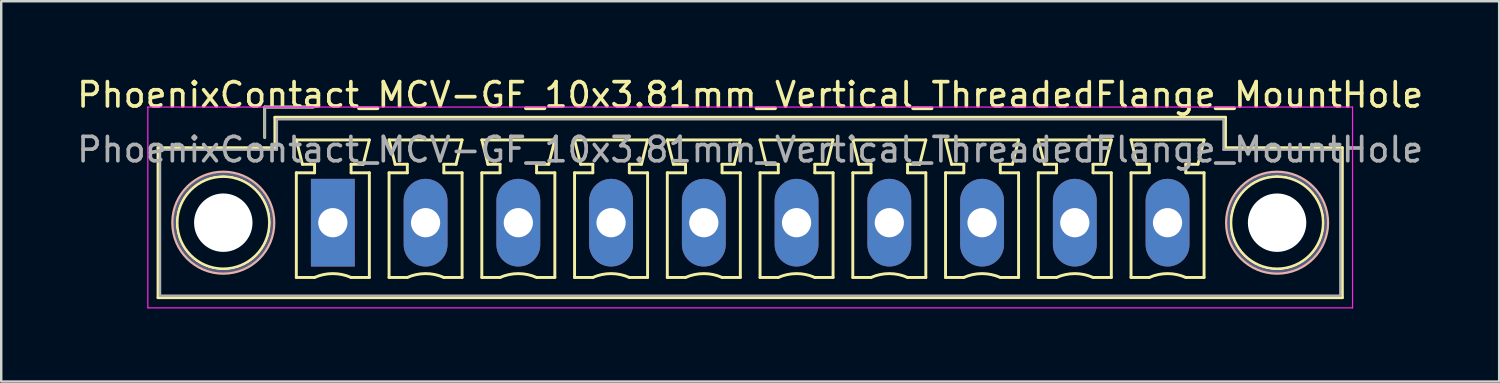
<source format=kicad_pcb>
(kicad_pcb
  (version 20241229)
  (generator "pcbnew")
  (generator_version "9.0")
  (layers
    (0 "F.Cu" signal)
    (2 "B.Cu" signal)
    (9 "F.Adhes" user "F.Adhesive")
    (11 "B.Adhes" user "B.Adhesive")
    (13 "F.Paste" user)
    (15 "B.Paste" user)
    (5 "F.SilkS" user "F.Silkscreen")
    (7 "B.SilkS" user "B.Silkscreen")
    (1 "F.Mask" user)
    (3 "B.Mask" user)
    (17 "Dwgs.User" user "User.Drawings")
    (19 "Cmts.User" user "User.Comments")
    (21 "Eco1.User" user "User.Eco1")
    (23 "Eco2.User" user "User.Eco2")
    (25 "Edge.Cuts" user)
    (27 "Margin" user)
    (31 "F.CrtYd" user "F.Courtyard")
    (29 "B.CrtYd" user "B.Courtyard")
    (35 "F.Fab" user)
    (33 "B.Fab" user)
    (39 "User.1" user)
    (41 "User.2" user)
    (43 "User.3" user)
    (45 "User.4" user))
  (footprint "PhoenixContact_MCV-GF_10x3.81mm_Vertical_ThreadedFlange_MountHole"
    (layer "F.Cu")
    (at 10.623 6.098)
    (property "Reference" "PhoenixContact_MCV-GF_10x3.81mm_Vertical_ThreadedFlange_MountHole" (at 17.145 -5.25 0) (layer "F.SilkS") (effects (font (size 1 1) (thickness 0.15))))
    (attr through_hole)
    (fp_line (start -7.18 -3.08) (end -7.18 3.08) (stroke (width 0.12) (type solid)) (layer "F.SilkS"))
    (fp_line (start -7.18 3.08) (end 41.47 3.08) (stroke (width 0.12) (type solid)) (layer "F.SilkS"))
    (fp_line (start -2.8 -4.75) (end -0.8 -4.75) (stroke (width 0.12) (type solid)) (layer "F.SilkS"))
    (fp_line (start -2.8 -3.5) (end -2.8 -4.75) (stroke (width 0.12) (type solid)) (layer "F.SilkS"))
    (fp_line (start -2.38 -4.33) (end -2.38 -3.08) (stroke (width 0.12) (type solid)) (layer "F.SilkS"))
    (fp_line (start -2.38 -3.08) (end -7.18 -3.08) (stroke (width 0.12) (type solid)) (layer "F.SilkS"))
    (fp_line (start -1.5 -3.4) (end 1.5 -3.4) (stroke (width 0.12) (type solid)) (layer "F.SilkS"))
    (fp_line (start -1.5 -2.05) (end -0.75 -2.05) (stroke (width 0.12) (type solid)) (layer "F.SilkS"))
    (fp_line (start -1.5 2.25) (end -1.5 -2.05) (stroke (width 0.12) (type solid)) (layer "F.SilkS"))
    (fp_line (start -1.25 -2.4) (end -1.5 -3.4) (stroke (width 0.12) (type solid)) (layer "F.SilkS"))
    (fp_line (start -0.75 -2.4) (end -1.25 -2.4) (stroke (width 0.12) (type solid)) (layer "F.SilkS"))
    (fp_line (start -0.75 -2.05) (end -0.75 -2.4) (stroke (width 0.12) (type solid)) (layer "F.SilkS"))
    (fp_line (start -0.75 2.25) (end -1.5 2.25) (stroke (width 0.12) (type solid)) (layer "F.SilkS"))
    (fp_line (start 0.75 -2.4) (end 0.75 -2.05) (stroke (width 0.12) (type solid)) (layer "F.SilkS"))
    (fp_line (start 0.75 -2.05) (end 1.5 -2.05) (stroke (width 0.12) (type solid)) (layer "F.SilkS"))
    (fp_line (start 1.25 -2.4) (end 0.75 -2.4) (stroke (width 0.12) (type solid)) (layer "F.SilkS"))
    (fp_line (start 1.5 -3.4) (end 1.25 -2.4) (stroke (width 0.12) (type solid)) (layer "F.SilkS"))
    (fp_line (start 1.5 -2.05) (end 1.5 2.25) (stroke (width 0.12) (type solid)) (layer "F.SilkS"))
    (fp_line (start 1.5 2.25) (end 0.75 2.25) (stroke (width 0.12) (type solid)) (layer "F.SilkS"))
    (fp_line (start 2.31 -3.4) (end 5.31 -3.4) (stroke (width 0.12) (type solid)) (layer "F.SilkS"))
    (fp_line (start 2.31 -2.05) (end 3.06 -2.05) (stroke (width 0.12) (type solid)) (layer "F.SilkS"))
    (fp_line (start 2.31 2.25) (end 2.31 -2.05) (stroke (width 0.12) (type solid)) (layer "F.SilkS"))
    (fp_line (start 2.56 -2.4) (end 2.31 -3.4) (stroke (width 0.12) (type solid)) (layer "F.SilkS"))
    (fp_line (start 3.06 -2.4) (end 2.56 -2.4) (stroke (width 0.12) (type solid)) (layer "F.SilkS"))
    (fp_line (start 3.06 -2.05) (end 3.06 -2.4) (stroke (width 0.12) (type solid)) (layer "F.SilkS"))
    (fp_line (start 3.06 2.25) (end 2.31 2.25) (stroke (width 0.12) (type solid)) (layer "F.SilkS"))
    (fp_line (start 4.56 -2.4) (end 4.56 -2.05) (stroke (width 0.12) (type solid)) (layer "F.SilkS"))
    (fp_line (start 4.56 -2.05) (end 5.31 -2.05) (stroke (width 0.12) (type solid)) (layer "F.SilkS"))
    (fp_line (start 5.06 -2.4) (end 4.56 -2.4) (stroke (width 0.12) (type solid)) (layer "F.SilkS"))
    (fp_line (start 5.31 -3.4) (end 5.06 -2.4) (stroke (width 0.12) (type solid)) (layer "F.SilkS"))
    (fp_line (start 5.31 -2.05) (end 5.31 2.25) (stroke (width 0.12) (type solid)) (layer "F.SilkS"))
    (fp_line (start 5.31 2.25) (end 4.56 2.25) (stroke (width 0.12) (type solid)) (layer "F.SilkS"))
    (fp_line (start 6.12 -3.4) (end 9.12 -3.4) (stroke (width 0.12) (type solid)) (layer "F.SilkS"))
    (fp_line (start 6.12 -2.05) (end 6.87 -2.05) (stroke (width 0.12) (type solid)) (layer "F.SilkS"))
    (fp_line (start 6.12 2.25) (end 6.12 -2.05) (stroke (width 0.12) (type solid)) (layer "F.SilkS"))
    (fp_line (start 6.37 -2.4) (end 6.12 -3.4) (stroke (width 0.12) (type solid)) (layer "F.SilkS"))
    (fp_line (start 6.87 -2.4) (end 6.37 -2.4) (stroke (width 0.12) (type solid)) (layer "F.SilkS"))
    (fp_line (start 6.87 -2.05) (end 6.87 -2.4) (stroke (width 0.12) (type solid)) (layer "F.SilkS"))
    (fp_line (start 6.87 2.25) (end 6.12 2.25) (stroke (width 0.12) (type solid)) (layer "F.SilkS"))
    (fp_line (start 8.37 -2.4) (end 8.37 -2.05) (stroke (width 0.12) (type solid)) (layer "F.SilkS"))
    (fp_line (start 8.37 -2.05) (end 9.12 -2.05) (stroke (width 0.12) (type solid)) (layer "F.SilkS"))
    (fp_line (start 8.87 -2.4) (end 8.37 -2.4) (stroke (width 0.12) (type solid)) (layer "F.SilkS"))
    (fp_line (start 9.12 -3.4) (end 8.87 -2.4) (stroke (width 0.12) (type solid)) (layer "F.SilkS"))
    (fp_line (start 9.12 -2.05) (end 9.12 2.25) (stroke (width 0.12) (type solid)) (layer "F.SilkS"))
    (fp_line (start 9.12 2.25) (end 8.37 2.25) (stroke (width 0.12) (type solid)) (layer "F.SilkS"))
    (fp_line (start 9.93 -3.4) (end 12.93 -3.4) (stroke (width 0.12) (type solid)) (layer "F.SilkS"))
    (fp_line (start 9.93 -2.05) (end 10.68 -2.05) (stroke (width 0.12) (type solid)) (layer "F.SilkS"))
    (fp_line (start 9.93 2.25) (end 9.93 -2.05) (stroke (width 0.12) (type solid)) (layer "F.SilkS"))
    (fp_line (start 10.18 -2.4) (end 9.93 -3.4) (stroke (width 0.12) (type solid)) (layer "F.SilkS"))
    (fp_line (start 10.68 -2.4) (end 10.18 -2.4) (stroke (width 0.12) (type solid)) (layer "F.SilkS"))
    (fp_line (start 10.68 -2.05) (end 10.68 -2.4) (stroke (width 0.12) (type solid)) (layer "F.SilkS"))
    (fp_line (start 10.68 2.25) (end 9.93 2.25) (stroke (width 0.12) (type solid)) (layer "F.SilkS"))
    (fp_line (start 12.18 -2.4) (end 12.18 -2.05) (stroke (width 0.12) (type solid)) (layer "F.SilkS"))
    (fp_line (start 12.18 -2.05) (end 12.93 -2.05) (stroke (width 0.12) (type solid)) (layer "F.SilkS"))
    (fp_line (start 12.68 -2.4) (end 12.18 -2.4) (stroke (width 0.12) (type solid)) (layer "F.SilkS"))
    (fp_line (start 12.93 -3.4) (end 12.68 -2.4) (stroke (width 0.12) (type solid)) (layer "F.SilkS"))
    (fp_line (start 12.93 -2.05) (end 12.93 2.25) (stroke (width 0.12) (type solid)) (layer "F.SilkS"))
    (fp_line (start 12.93 2.25) (end 12.18 2.25) (stroke (width 0.12) (type solid)) (layer "F.SilkS"))
    (fp_line (start 13.74 -3.4) (end 16.74 -3.4) (stroke (width 0.12) (type solid)) (layer "F.SilkS"))
    (fp_line (start 13.74 -2.05) (end 14.49 -2.05) (stroke (width 0.12) (type solid)) (layer "F.SilkS"))
    (fp_line (start 13.74 2.25) (end 13.74 -2.05) (stroke (width 0.12) (type solid)) (layer "F.SilkS"))
    (fp_line (start 13.99 -2.4) (end 13.74 -3.4) (stroke (width 0.12) (type solid)) (layer "F.SilkS"))
    (fp_line (start 14.49 -2.4) (end 13.99 -2.4) (stroke (width 0.12) (type solid)) (layer "F.SilkS"))
    (fp_line (start 14.49 -2.05) (end 14.49 -2.4) (stroke (width 0.12) (type solid)) (layer "F.SilkS"))
    (fp_line (start 14.49 2.25) (end 13.74 2.25) (stroke (width 0.12) (type solid)) (layer "F.SilkS"))
    (fp_line (start 15.99 -2.4) (end 15.99 -2.05) (stroke (width 0.12) (type solid)) (layer "F.SilkS"))
    (fp_line (start 15.99 -2.05) (end 16.74 -2.05) (stroke (width 0.12) (type solid)) (layer "F.SilkS"))
    (fp_line (start 16.49 -2.4) (end 15.99 -2.4) (stroke (width 0.12) (type solid)) (layer "F.SilkS"))
    (fp_line (start 16.74 -3.4) (end 16.49 -2.4) (stroke (width 0.12) (type solid)) (layer "F.SilkS"))
    (fp_line (start 16.74 -2.05) (end 16.74 2.25) (stroke (width 0.12) (type solid)) (layer "F.SilkS"))
    (fp_line (start 16.74 2.25) (end 15.99 2.25) (stroke (width 0.12) (type solid)) (layer "F.SilkS"))
    (fp_line (start 17.55 -3.4) (end 20.55 -3.4) (stroke (width 0.12) (type solid)) (layer "F.SilkS"))
    (fp_line (start 17.55 -2.05) (end 18.3 -2.05) (stroke (width 0.12) (type solid)) (layer "F.SilkS"))
    (fp_line (start 17.55 2.25) (end 17.55 -2.05) (stroke (width 0.12) (type solid)) (layer "F.SilkS"))
    (fp_line (start 17.8 -2.4) (end 17.55 -3.4) (stroke (width 0.12) (type solid)) (layer "F.SilkS"))
    (fp_line (start 18.3 -2.4) (end 17.8 -2.4) (stroke (width 0.12) (type solid)) (layer "F.SilkS"))
    (fp_line (start 18.3 -2.05) (end 18.3 -2.4) (stroke (width 0.12) (type solid)) (layer "F.SilkS"))
    (fp_line (start 18.3 2.25) (end 17.55 2.25) (stroke (width 0.12) (type solid)) (layer "F.SilkS"))
    (fp_line (start 19.8 -2.4) (end 19.8 -2.05) (stroke (width 0.12) (type solid)) (layer "F.SilkS"))
    (fp_line (start 19.8 -2.05) (end 20.55 -2.05) (stroke (width 0.12) (type solid)) (layer "F.SilkS"))
    (fp_line (start 20.3 -2.4) (end 19.8 -2.4) (stroke (width 0.12) (type solid)) (layer "F.SilkS"))
    (fp_line (start 20.55 -3.4) (end 20.3 -2.4) (stroke (width 0.12) (type solid)) (layer "F.SilkS"))
    (fp_line (start 20.55 -2.05) (end 20.55 2.25) (stroke (width 0.12) (type solid)) (layer "F.SilkS"))
    (fp_line (start 20.55 2.25) (end 19.8 2.25) (stroke (width 0.12) (type solid)) (layer "F.SilkS"))
    (fp_line (start 21.36 -3.4) (end 24.36 -3.4) (stroke (width 0.12) (type solid)) (layer "F.SilkS"))
    (fp_line (start 21.36 -2.05) (end 22.11 -2.05) (stroke (width 0.12) (type solid)) (layer "F.SilkS"))
    (fp_line (start 21.36 2.25) (end 21.36 -2.05) (stroke (width 0.12) (type solid)) (layer "F.SilkS"))
    (fp_line (start 21.61 -2.4) (end 21.36 -3.4) (stroke (width 0.12) (type solid)) (layer "F.SilkS"))
    (fp_line (start 22.11 -2.4) (end 21.61 -2.4) (stroke (width 0.12) (type solid)) (layer "F.SilkS"))
    (fp_line (start 22.11 -2.05) (end 22.11 -2.4) (stroke (width 0.12) (type solid)) (layer "F.SilkS"))
    (fp_line (start 22.11 2.25) (end 21.36 2.25) (stroke (width 0.12) (type solid)) (layer "F.SilkS"))
    (fp_line (start 23.61 -2.4) (end 23.61 -2.05) (stroke (width 0.12) (type solid)) (layer "F.SilkS"))
    (fp_line (start 23.61 -2.05) (end 24.36 -2.05) (stroke (width 0.12) (type solid)) (layer "F.SilkS"))
    (fp_line (start 24.11 -2.4) (end 23.61 -2.4) (stroke (width 0.12) (type solid)) (layer "F.SilkS"))
    (fp_line (start 24.36 -3.4) (end 24.11 -2.4) (stroke (width 0.12) (type solid)) (layer "F.SilkS"))
    (fp_line (start 24.36 -2.05) (end 24.36 2.25) (stroke (width 0.12) (type solid)) (layer "F.SilkS"))
    (fp_line (start 24.36 2.25) (end 23.61 2.25) (stroke (width 0.12) (type solid)) (layer "F.SilkS"))
    (fp_line (start 25.17 -3.4) (end 28.17 -3.4) (stroke (width 0.12) (type solid)) (layer "F.SilkS"))
    (fp_line (start 25.17 -2.05) (end 25.92 -2.05) (stroke (width 0.12) (type solid)) (layer "F.SilkS"))
    (fp_line (start 25.17 2.25) (end 25.17 -2.05) (stroke (width 0.12) (type solid)) (layer "F.SilkS"))
    (fp_line (start 25.42 -2.4) (end 25.17 -3.4) (stroke (width 0.12) (type solid)) (layer "F.SilkS"))
    (fp_line (start 25.92 -2.4) (end 25.42 -2.4) (stroke (width 0.12) (type solid)) (layer "F.SilkS"))
    (fp_line (start 25.92 -2.05) (end 25.92 -2.4) (stroke (width 0.12) (type solid)) (layer "F.SilkS"))
    (fp_line (start 25.92 2.25) (end 25.17 2.25) (stroke (width 0.12) (type solid)) (layer "F.SilkS"))
    (fp_line (start 27.42 -2.4) (end 27.42 -2.05) (stroke (width 0.12) (type solid)) (layer "F.SilkS"))
    (fp_line (start 27.42 -2.05) (end 28.17 -2.05) (stroke (width 0.12) (type solid)) (layer "F.SilkS"))
    (fp_line (start 27.92 -2.4) (end 27.42 -2.4) (stroke (width 0.12) (type solid)) (layer "F.SilkS"))
    (fp_line (start 28.17 -3.4) (end 27.92 -2.4) (stroke (width 0.12) (type solid)) (layer "F.SilkS"))
    (fp_line (start 28.17 -2.05) (end 28.17 2.25) (stroke (width 0.12) (type solid)) (layer "F.SilkS"))
    (fp_line (start 28.17 2.25) (end 27.42 2.25) (stroke (width 0.12) (type solid)) (layer "F.SilkS"))
    (fp_line (start 28.98 -3.4) (end 31.98 -3.4) (stroke (width 0.12) (type solid)) (layer "F.SilkS"))
    (fp_line (start 28.98 -2.05) (end 29.73 -2.05) (stroke (width 0.12) (type solid)) (layer "F.SilkS"))
    (fp_line (start 28.98 2.25) (end 28.98 -2.05) (stroke (width 0.12) (type solid)) (layer "F.SilkS"))
    (fp_line (start 29.23 -2.4) (end 28.98 -3.4) (stroke (width 0.12) (type solid)) (layer "F.SilkS"))
    (fp_line (start 29.73 -2.4) (end 29.23 -2.4) (stroke (width 0.12) (type solid)) (layer "F.SilkS"))
    (fp_line (start 29.73 -2.05) (end 29.73 -2.4) (stroke (width 0.12) (type solid)) (layer "F.SilkS"))
    (fp_line (start 29.73 2.25) (end 28.98 2.25) (stroke (width 0.12) (type solid)) (layer "F.SilkS"))
    (fp_line (start 31.23 -2.4) (end 31.23 -2.05) (stroke (width 0.12) (type solid)) (layer "F.SilkS"))
    (fp_line (start 31.23 -2.05) (end 31.98 -2.05) (stroke (width 0.12) (type solid)) (layer "F.SilkS"))
    (fp_line (start 31.73 -2.4) (end 31.23 -2.4) (stroke (width 0.12) (type solid)) (layer "F.SilkS"))
    (fp_line (start 31.98 -3.4) (end 31.73 -2.4) (stroke (width 0.12) (type solid)) (layer "F.SilkS"))
    (fp_line (start 31.98 -2.05) (end 31.98 2.25) (stroke (width 0.12) (type solid)) (layer "F.SilkS"))
    (fp_line (start 31.98 2.25) (end 31.23 2.25) (stroke (width 0.12) (type solid)) (layer "F.SilkS"))
    (fp_line (start 32.79 -3.4) (end 35.79 -3.4) (stroke (width 0.12) (type solid)) (layer "F.SilkS"))
    (fp_line (start 32.79 -2.05) (end 33.54 -2.05) (stroke (width 0.12) (type solid)) (layer "F.SilkS"))
    (fp_line (start 32.79 2.25) (end 32.79 -2.05) (stroke (width 0.12) (type solid)) (layer "F.SilkS"))
    (fp_line (start 33.04 -2.4) (end 32.79 -3.4) (stroke (width 0.12) (type solid)) (layer "F.SilkS"))
    (fp_line (start 33.54 -2.4) (end 33.04 -2.4) (stroke (width 0.12) (type solid)) (layer "F.SilkS"))
    (fp_line (start 33.54 -2.05) (end 33.54 -2.4) (stroke (width 0.12) (type solid)) (layer "F.SilkS"))
    (fp_line (start 33.54 2.25) (end 32.79 2.25) (stroke (width 0.12) (type solid)) (layer "F.SilkS"))
    (fp_line (start 35.04 -2.4) (end 35.04 -2.05) (stroke (width 0.12) (type solid)) (layer "F.SilkS"))
    (fp_line (start 35.04 -2.05) (end 35.79 -2.05) (stroke (width 0.12) (type solid)) (layer "F.SilkS"))
    (fp_line (start 35.54 -2.4) (end 35.04 -2.4) (stroke (width 0.12) (type solid)) (layer "F.SilkS"))
    (fp_line (start 35.79 -3.4) (end 35.54 -2.4) (stroke (width 0.12) (type solid)) (layer "F.SilkS"))
    (fp_line (start 35.79 -2.05) (end 35.79 2.25) (stroke (width 0.12) (type solid)) (layer "F.SilkS"))
    (fp_line (start 35.79 2.25) (end 35.04 2.25) (stroke (width 0.12) (type solid)) (layer "F.SilkS"))
    (fp_line (start 36.67 -4.33) (end -2.38 -4.33) (stroke (width 0.12) (type solid)) (layer "F.SilkS"))
    (fp_line (start 36.67 -3.08) (end 36.67 -4.33) (stroke (width 0.12) (type solid)) (layer "F.SilkS"))
    (fp_line (start 41.47 -3.08) (end 36.67 -3.08) (stroke (width 0.12) (type solid)) (layer "F.SilkS"))
    (fp_line (start 41.47 3.08) (end 41.47 -3.08) (stroke (width 0.12) (type solid)) (layer "F.SilkS"))
    (fp_arc (start -0.75 2.25) (mid -0.000193 2.09191) (end 0.749647 2.249844) (stroke (width 0.12) (type solid)) (layer "F.SilkS"))
    (fp_arc (start 3.06 2.25) (mid 3.809807 2.09191) (end 4.559647 2.249844) (stroke (width 0.12) (type solid)) (layer "F.SilkS"))
    (fp_arc (start 6.87 2.25) (mid 7.619807 2.09191) (end 8.369647 2.249844) (stroke (width 0.12) (type solid)) (layer "F.SilkS"))
    (fp_arc (start 10.68 2.25) (mid 11.429807 2.09191) (end 12.179647 2.249844) (stroke (width 0.12) (type solid)) (layer "F.SilkS"))
    (fp_arc (start 14.49 2.25) (mid 15.239807 2.09191) (end 15.989647 2.249844) (stroke (width 0.12) (type solid)) (layer "F.SilkS"))
    (fp_arc (start 18.3 2.25) (mid 19.049807 2.09191) (end 19.799647 2.249844) (stroke (width 0.12) (type solid)) (layer "F.SilkS"))
    (fp_arc (start 22.11 2.25) (mid 22.859807 2.09191) (end 23.609647 2.249844) (stroke (width 0.12) (type solid)) (layer "F.SilkS"))
    (fp_arc (start 25.92 2.25) (mid 26.669807 2.09191) (end 27.419647 2.249844) (stroke (width 0.12) (type solid)) (layer "F.SilkS"))
    (fp_arc (start 29.73 2.25) (mid 30.479807 2.09191) (end 31.229647 2.249844) (stroke (width 0.12) (type solid)) (layer "F.SilkS"))
    (fp_arc (start 33.54 2.25) (mid 34.289807 2.09191) (end 35.039647 2.249844) (stroke (width 0.12) (type solid)) (layer "F.SilkS"))
    (fp_circle (center -4.5 0) (end -2.6 0) (stroke (width 0.12) (type solid)) (fill no) (layer "F.SilkS"))
    (fp_circle (center 38.79 0) (end 40.69 0) (stroke (width 0.12) (type solid)) (fill no) (layer "F.SilkS"))
    (fp_circle (center -4.5 0) (end -2.42 0) (stroke (width 0.12) (type solid)) (fill no) (layer "B.SilkS"))
    (fp_circle (center 38.79 0) (end 40.87 0) (stroke (width 0.12) (type solid)) (fill no) (layer "B.SilkS"))
    (fp_line (start -7.6 -4.75) (end -7.6 3.5) (stroke (width 0.05) (type solid)) (layer "F.CrtYd"))
    (fp_line (start -7.6 3.5) (end 41.89 3.5) (stroke (width 0.05) (type solid)) (layer "F.CrtYd"))
    (fp_line (start 41.89 -4.75) (end -7.6 -4.75) (stroke (width 0.05) (type solid)) (layer "F.CrtYd"))
    (fp_line (start 41.89 3.5) (end 41.89 -4.75) (stroke (width 0.05) (type solid)) (layer "F.CrtYd"))
    (fp_circle (center -4.5 0) (end -2.5 0) (stroke (width 0.1) (type solid)) (fill no) (layer "B.Fab"))
    (fp_circle (center 38.79 0) (end 40.79 0) (stroke (width 0.1) (type solid)) (fill no) (layer "B.Fab"))
    (fp_line (start -7.1 -3) (end -7.1 3) (stroke (width 0.1) (type solid)) (layer "F.Fab"))
    (fp_line (start -7.1 3) (end 41.39 3) (stroke (width 0.1) (type solid)) (layer "F.Fab"))
    (fp_line (start -2.8 -4.75) (end -0.8 -4.75) (stroke (width 0.1) (type solid)) (layer "F.Fab"))
    (fp_line (start -2.8 -3.5) (end -2.8 -4.75) (stroke (width 0.1) (type solid)) (layer "F.Fab"))
    (fp_line (start -2.3 -4.25) (end -2.3 -3) (stroke (width 0.1) (type solid)) (layer "F.Fab"))
    (fp_line (start -2.3 -3) (end -7.1 -3) (stroke (width 0.1) (type solid)) (layer "F.Fab"))
    (fp_line (start 36.59 -4.25) (end -2.3 -4.25) (stroke (width 0.1) (type solid)) (layer "F.Fab"))
    (fp_line (start 36.59 -3) (end 36.59 -4.25) (stroke (width 0.1) (type solid)) (layer "F.Fab"))
    (fp_line (start 41.39 -3) (end 36.59 -3) (stroke (width 0.1) (type solid)) (layer "F.Fab"))
    (fp_line (start 41.39 3) (end 41.39 -3) (stroke (width 0.1) (type solid)) (layer "F.Fab"))
    (fp_text user "${REFERENCE}" (at 17.145 -3 0) (layer "F.Fab") (effects (font (size 1 1) (thickness 0.15))))
    (pad "" np_thru_hole circle (at -4.5 0) (size 2.4 2.4) (drill 2.4) (layers "*.Cu" "*.Mask"))
    (pad "" np_thru_hole circle (at 38.79 0) (size 2.4 2.4) (drill 2.4) (layers "*.Cu" "*.Mask"))
    (pad "1" thru_hole rect (at 0 0) (size 1.8 3.6) (drill 1.2) (layers "*.Cu" "*.Mask"))
    (pad "2" thru_hole oval (at 3.81 0) (size 1.8 3.6) (drill 1.2) (layers "*.Cu" "*.Mask"))
    (pad "3" thru_hole oval (at 7.62 0) (size 1.8 3.6) (drill 1.2) (layers "*.Cu" "*.Mask"))
    (pad "4" thru_hole oval (at 11.43 0) (size 1.8 3.6) (drill 1.2) (layers "*.Cu" "*.Mask"))
    (pad "5" thru_hole oval (at 15.24 0) (size 1.8 3.6) (drill 1.2) (layers "*.Cu" "*.Mask"))
    (pad "6" thru_hole oval (at 19.05 0) (size 1.8 3.6) (drill 1.2) (layers "*.Cu" "*.Mask"))
    (pad "7" thru_hole oval (at 22.86 0) (size 1.8 3.6) (drill 1.2) (layers "*.Cu" "*.Mask"))
    (pad "8" thru_hole oval (at 26.67 0) (size 1.8 3.6) (drill 1.2) (layers "*.Cu" "*.Mask"))
    (pad "9" thru_hole oval (at 30.48 0) (size 1.8 3.6) (drill 1.2) (layers "*.Cu" "*.Mask"))
    (pad "10" thru_hole oval (at 34.29 0) (size 1.8 3.6) (drill 1.2) (layers "*.Cu" "*.Mask")))
  (gr_rect
    (start -3 -3)
    (end 58.536 12.623)
    (stroke (width 0.1) (type default))
    (fill no)
    (layer "Edge.Cuts")))
</source>
